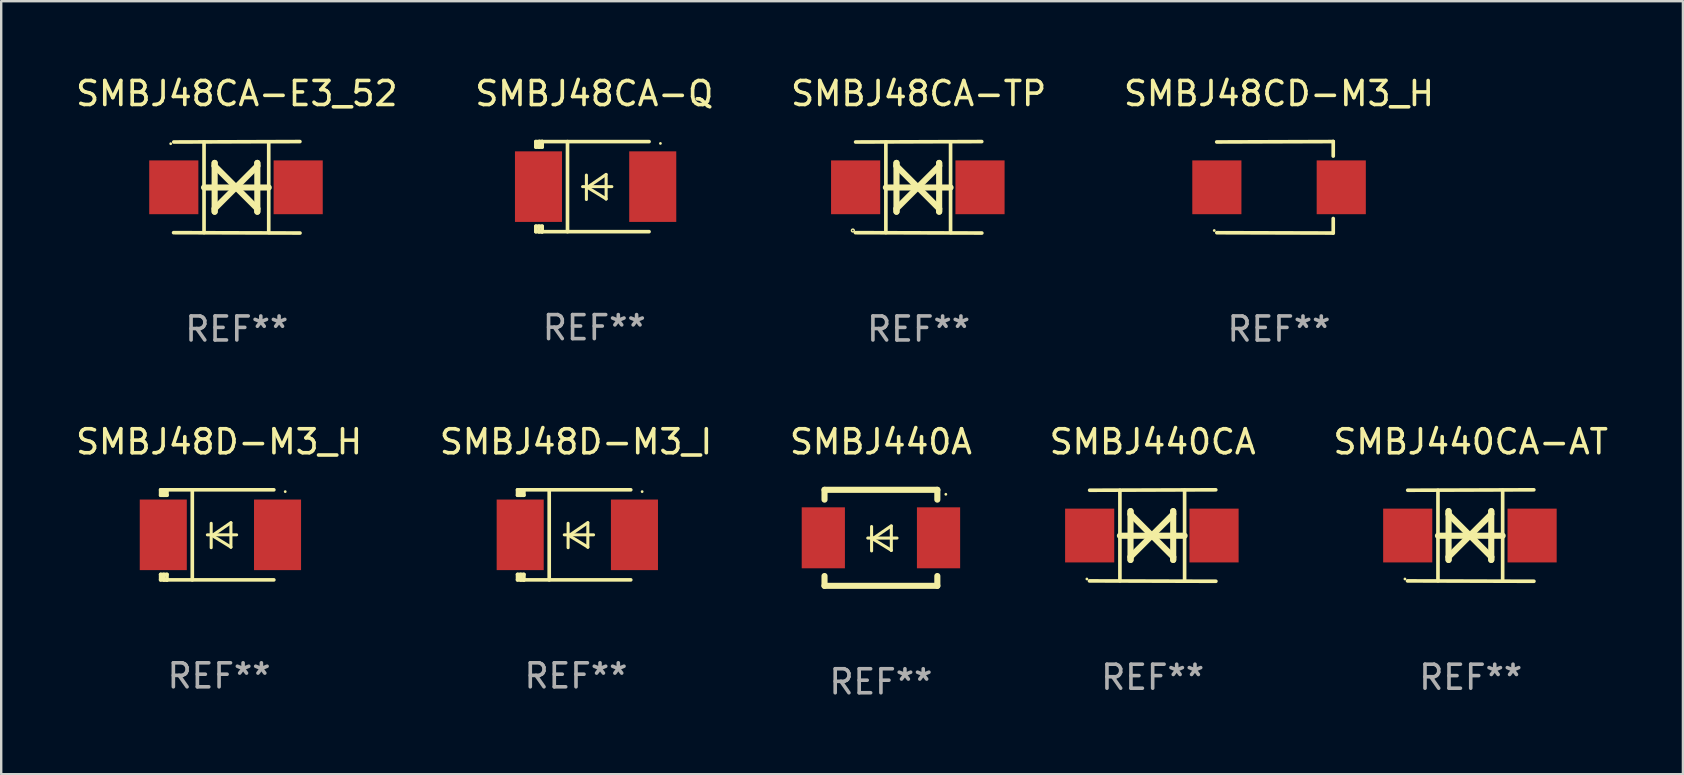
<source format=kicad_pcb>
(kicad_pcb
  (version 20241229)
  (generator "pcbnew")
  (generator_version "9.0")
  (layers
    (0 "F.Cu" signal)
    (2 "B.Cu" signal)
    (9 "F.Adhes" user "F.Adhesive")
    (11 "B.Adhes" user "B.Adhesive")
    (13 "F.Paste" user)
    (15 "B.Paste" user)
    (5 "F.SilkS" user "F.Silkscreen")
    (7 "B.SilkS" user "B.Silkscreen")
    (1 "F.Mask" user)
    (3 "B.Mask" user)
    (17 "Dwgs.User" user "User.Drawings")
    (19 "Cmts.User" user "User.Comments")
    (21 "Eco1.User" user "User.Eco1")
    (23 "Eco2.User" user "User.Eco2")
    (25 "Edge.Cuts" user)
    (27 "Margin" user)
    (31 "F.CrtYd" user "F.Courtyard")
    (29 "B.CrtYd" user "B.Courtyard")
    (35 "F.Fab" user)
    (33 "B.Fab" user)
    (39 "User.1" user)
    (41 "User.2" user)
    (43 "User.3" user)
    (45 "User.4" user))
  (footprint "SMBJ440CA-AT"
    (layer "F.Cu")
    (at 58.22 19.26)
    (property "Reference" "SMBJ440CA-AT" (at 0 -3.905 0) (layer "F.SilkS") (effects (font (size 1 1) (thickness 0.15))))
    (attr through_hole)
    (fp_line (start -1.365 1.886) (end -1.365 -1.886) (stroke (width 0.152) (type solid)) (layer "F.SilkS"))
    (fp_line (start -1.365 0.008) (end 1.33 0.008) (stroke (width 0.254) (type solid)) (layer "F.SilkS"))
    (fp_line (start -0.923 -1.016) (end -0.923 1.016) (stroke (width 0.254) (type solid)) (layer "F.SilkS"))
    (fp_line (start -0.923 -0.889) (end -0.923 -1.016) (stroke (width 0.254) (type solid)) (layer "F.SilkS"))
    (fp_line (start -0.923 0.889) (end -0.034 0) (stroke (width 0.254) (type solid)) (layer "F.SilkS"))
    (fp_line (start -0.923 1.016) (end -0.923 0.889) (stroke (width 0.254) (type solid)) (layer "F.SilkS"))
    (fp_line (start -0.034 0) (end -0.923 -0.889) (stroke (width 0.254) (type solid)) (layer "F.SilkS"))
    (fp_line (start -0.034 0) (end 0.855 0.889) (stroke (width 0.254) (type solid)) (layer "F.SilkS"))
    (fp_line (start 0.855 -1.016) (end 0.855 -0.889) (stroke (width 0.254) (type solid)) (layer "F.SilkS"))
    (fp_line (start 0.855 -0.889) (end -0.034 0) (stroke (width 0.254) (type solid)) (layer "F.SilkS"))
    (fp_line (start 0.855 0.889) (end 0.855 1.016) (stroke (width 0.254) (type solid)) (layer "F.SilkS"))
    (fp_line (start 0.855 1.016) (end 0.855 -1.016) (stroke (width 0.254) (type solid)) (layer "F.SilkS"))
    (fp_line (start 1.33 1.886) (end 1.33 -1.886) (stroke (width 0.152) (type solid)) (layer "F.SilkS"))
    (fp_line (start 2.629 -1.905) (end -2.625 -1.887) (stroke (width 0.152) (type solid)) (layer "F.SilkS"))
    (fp_line (start 2.633 1.905) (end -2.633 1.89) (stroke (width 0.152) (type solid)) (layer "F.SilkS"))
    (fp_circle (center -2.741 1.81) (end -2.711 1.81) (stroke (width 0.06) (type solid)) (fill no) (layer "F.SilkS"))
    (fp_text user "REF**" (at 0 5.905 0) (layer "F.Fab") (effects (font (size 1 1) (thickness 0.15))))
    (pad "1" smd rect (at -2.625 0) (size 2.047 2.241) (layers "F.Cu" "F.Mask" "F.Paste"))
    (pad "2" smd rect (at 2.557 0) (size 2.047 2.241) (layers "F.Cu" "F.Mask" "F.Paste")))
  (footprint "SMBJ48CA-Q"
    (layer "F.Cu")
    (at 21.708 4.725)
    (property "Reference" "SMBJ48CA-Q" (at 0 -3.876 0) (layer "F.SilkS") (effects (font (size 1 1) (thickness 0.15))))
    (attr through_hole)
    (fp_line (start -2.435 1.65) (end -2.171 1.65) (stroke (width 0.152) (type solid)) (layer "F.SilkS"))
    (fp_line (start -2.435 1.876) (end -2.435 1.65) (stroke (width 0.152) (type solid)) (layer "F.SilkS"))
    (fp_line (start -2.435 -1.876) (end -2.171 -1.876) (stroke (width 0.152) (type solid)) (layer "F.SilkS"))
    (fp_line (start -2.435 -1.65) (end -2.435 -1.876) (stroke (width 0.152) (type solid)) (layer "F.SilkS"))
    (fp_line (start -2.305 -1.866) (end -2.295 -1.876) (stroke (width 0.152) (type solid)) (layer "F.SilkS"))
    (fp_line (start -2.305 -1.65) (end -2.305 -1.866) (stroke (width 0.152) (type solid)) (layer "F.SilkS"))
    (fp_line (start -2.305 1.876) (end -2.305 1.65) (stroke (width 0.152) (type solid)) (layer "F.SilkS"))
    (fp_line (start -2.295 -1.876) (end -2.295 -1.65) (stroke (width 0.152) (type solid)) (layer "F.SilkS"))
    (fp_line (start -2.171 1.876) (end -2.435 1.876) (stroke (width 0.152) (type solid)) (layer "F.SilkS"))
    (fp_line (start -2.171 -1.65) (end -2.435 -1.65) (stroke (width 0.152) (type solid)) (layer "F.SilkS"))
    (fp_line (start -2.171 -1.876) (end -2.295 -1.876) (stroke (width 0.152) (type solid)) (layer "F.SilkS"))
    (fp_line (start -2.171 -1.65) (end -2.171 -1.876) (stroke (width 0.152) (type solid)) (layer "F.SilkS"))
    (fp_line (start -2.171 1.876) (end -2.305 1.876) (stroke (width 0.152) (type solid)) (layer "F.SilkS"))
    (fp_line (start -2.171 1.876) (end -2.171 1.65) (stroke (width 0.152) (type solid)) (layer "F.SilkS"))
    (fp_line (start -1.116 1.876) (end -1.116 -1.876) (stroke (width 0.152) (type solid)) (layer "F.SilkS"))
    (fp_line (start -0.488 0.000102) (end 0.731 0.000102) (stroke (width 0.127) (type solid)) (layer "F.SilkS"))
    (fp_line (start -0.329 -0.48) (end -0.329 0.536) (stroke (width 0.127) (type solid)) (layer "F.SilkS"))
    (fp_line (start -0.29 0.03) (end 0.493 0.51) (stroke (width 0.127) (type solid)) (layer "F.SilkS"))
    (fp_line (start 0.493 -0.51) (end -0.29 0.03) (stroke (width 0.127) (type solid)) (layer "F.SilkS"))
    (fp_line (start 0.493 0.52) (end 0.493 -0.496) (stroke (width 0.127) (type solid)) (layer "F.SilkS"))
    (fp_line (start 2.281 -1.876) (end -2.171 -1.876) (stroke (width 0.152) (type solid)) (layer "F.SilkS"))
    (fp_line (start 2.281 1.876) (end -2.171 1.876) (stroke (width 0.152) (type solid)) (layer "F.SilkS"))
    (fp_circle (center 2.755 -1.8) (end 2.785 -1.8) (stroke (width 0.06) (type solid)) (fill no) (layer "F.SilkS"))
    (fp_text user "REF**" (at 0 5.876 0) (layer "F.Fab") (effects (font (size 1 1) (thickness 0.15))))
    (pad "1" smd rect (at 2.435 -0.000025 180) (size 1.96 2.94) (layers "F.Cu" "F.Mask" "F.Paste"))
    (pad "2" smd rect (at -2.325 -0.000025 180) (size 1.96 2.94) (layers "F.Cu" "F.Mask" "F.Paste")))
  (footprint "SMBJ48CD-M3_H"
    (layer "F.Cu")
    (at 50.232 4.753)
    (property "Reference" "SMBJ48CD-M3_H" (at 0 -3.905 0) (layer "F.SilkS") (effects (font (size 1 1) (thickness 0.15))))
    (attr through_hole)
    (fp_line (start 2.256 -1.905) (end -2.594 -1.889) (stroke (width 0.152) (type solid)) (layer "F.SilkS"))
    (fp_line (start 2.256 -1.905) (end 2.26 -1.905) (stroke (width 0.152) (type solid)) (layer "F.SilkS"))
    (fp_line (start 2.26 -1.905) (end 2.26 -1.301) (stroke (width 0.152) (type solid)) (layer "F.SilkS"))
    (fp_line (start 2.26 1.301) (end 2.26 1.905) (stroke (width 0.152) (type solid)) (layer "F.SilkS"))
    (fp_line (start 2.26 1.905) (end -2.59 1.892) (stroke (width 0.152) (type solid)) (layer "F.SilkS"))
    (fp_circle (center -2.697 1.8) (end -2.667 1.8) (stroke (width 0.06) (type solid)) (fill no) (layer "F.SilkS"))
    (fp_text user "REF**" (at 0 5.905 0) (layer "F.Fab") (effects (font (size 1 1) (thickness 0.15))))
    (pad "1" smd rect (at -2.588 0) (size 2.047 2.241) (layers "F.Cu" "F.Mask" "F.Paste"))
    (pad "2" smd rect (at 2.594 0) (size 2.047 2.241) (layers "F.Cu" "F.Mask" "F.Paste")))
  (footprint "SMBJ48CA-TP"
    (layer "F.Cu")
    (at 35.22 4.753)
    (property "Reference" "SMBJ48CA-TP" (at 0 -3.905 0) (layer "F.SilkS") (effects (font (size 1 1) (thickness 0.15))))
    (attr through_hole)
    (fp_line (start -1.365 1.886) (end -1.365 -1.886) (stroke (width 0.152) (type solid)) (layer "F.SilkS"))
    (fp_line (start -1.365 0.008) (end 1.33 0.008) (stroke (width 0.254) (type solid)) (layer "F.SilkS"))
    (fp_line (start -0.923 -1.016) (end -0.923 1.016) (stroke (width 0.254) (type solid)) (layer "F.SilkS"))
    (fp_line (start -0.923 -0.889) (end -0.923 -1.016) (stroke (width 0.254) (type solid)) (layer "F.SilkS"))
    (fp_line (start -0.923 0.889) (end -0.034 0) (stroke (width 0.254) (type solid)) (layer "F.SilkS"))
    (fp_line (start -0.923 1.016) (end -0.923 0.889) (stroke (width 0.254) (type solid)) (layer "F.SilkS"))
    (fp_line (start -0.034 0) (end -0.923 -0.889) (stroke (width 0.254) (type solid)) (layer "F.SilkS"))
    (fp_line (start -0.034 0) (end 0.855 0.889) (stroke (width 0.254) (type solid)) (layer "F.SilkS"))
    (fp_line (start 0.855 -1.016) (end 0.855 -0.889) (stroke (width 0.254) (type solid)) (layer "F.SilkS"))
    (fp_line (start 0.855 -0.889) (end -0.034 0) (stroke (width 0.254) (type solid)) (layer "F.SilkS"))
    (fp_line (start 0.855 0.889) (end 0.855 1.016) (stroke (width 0.254) (type solid)) (layer "F.SilkS"))
    (fp_line (start 0.855 1.016) (end 0.855 -1.016) (stroke (width 0.254) (type solid)) (layer "F.SilkS"))
    (fp_line (start 1.33 1.886) (end 1.33 -1.886) (stroke (width 0.152) (type solid)) (layer "F.SilkS"))
    (fp_line (start 2.629 -1.905) (end -2.625 -1.887) (stroke (width 0.152) (type solid)) (layer "F.SilkS"))
    (fp_line (start 2.633 1.905) (end -2.633 1.89) (stroke (width 0.152) (type solid)) (layer "F.SilkS"))
    (fp_circle (center -2.741 1.8) (end -2.712 1.8) (stroke (width 0.06) (type solid)) (fill no) (layer "F.SilkS"))
    (fp_text user "REF**" (at 0 5.905 0) (layer "F.Fab") (effects (font (size 1 1) (thickness 0.15))))
    (pad "1" smd rect (at -2.625 0) (size 2.047 2.241) (layers "F.Cu" "F.Mask" "F.Paste"))
    (pad "2" smd rect (at 2.557 0) (size 2.047 2.241) (layers "F.Cu" "F.Mask" "F.Paste")))
  (footprint "SMBJ440A"
    (layer "F.Cu")
    (at 33.649 19.355)
    (property "Reference" "SMBJ440A" (at 0 -4 0) (layer "F.SilkS") (effects (font (size 1 1) (thickness 0.15))))
    (attr through_hole)
    (fp_line (start -2.35 -2) (end -2.35 -1.591) (stroke (width 0.254) (type solid)) (layer "F.SilkS"))
    (fp_line (start -2.35 -2) (end 2.35 -2) (stroke (width 0.254) (type solid)) (layer "F.SilkS"))
    (fp_line (start -2.35 1.591) (end -2.35 2) (stroke (width 0.254) (type solid)) (layer "F.SilkS"))
    (fp_line (start -2.35 2) (end 2.35 2) (stroke (width 0.254) (type solid)) (layer "F.SilkS"))
    (fp_line (start -0.548 0.01) (end 0.671 0.01) (stroke (width 0.127) (type solid)) (layer "F.SilkS"))
    (fp_line (start -0.389 -0.47) (end -0.389 0.546) (stroke (width 0.127) (type solid)) (layer "F.SilkS"))
    (fp_line (start -0.35 0.04) (end 0.433 0.52) (stroke (width 0.127) (type solid)) (layer "F.SilkS"))
    (fp_line (start 0.433 -0.5) (end -0.35 0.04) (stroke (width 0.127) (type solid)) (layer "F.SilkS"))
    (fp_line (start 0.433 0.53) (end 0.433 -0.486) (stroke (width 0.127) (type solid)) (layer "F.SilkS"))
    (fp_line (start 2.35 -2) (end 2.35 -1.591) (stroke (width 0.254) (type solid)) (layer "F.SilkS"))
    (fp_line (start 2.35 1.591) (end 2.35 2) (stroke (width 0.254) (type solid)) (layer "F.SilkS"))
    (fp_circle (center 2.704 -1.813) (end 2.734 -1.813) (stroke (width 0.06) (type solid)) (fill no) (layer "F.SilkS"))
    (fp_text user "REF**" (at 0 6 0) (layer "F.Fab") (effects (font (size 1 1) (thickness 0.15))))
    (pad "1" smd rect (at 2.4 0) (size 1.8 2.54) (layers "F.Cu" "F.Mask" "F.Paste"))
    (pad "2" smd rect (at -2.4 0) (size 1.8 2.54) (layers "F.Cu" "F.Mask" "F.Paste")))
  (footprint "SMBJ48D-M3_H"
    (layer "F.Cu")
    (at 6.077 19.231)
    (property "Reference" "SMBJ48D-M3_H" (at 0 -3.876 0) (layer "F.SilkS") (effects (font (size 1 1) (thickness 0.15))))
    (attr through_hole)
    (fp_line (start -2.435 1.65) (end -2.171 1.65) (stroke (width 0.152) (type solid)) (layer "F.SilkS"))
    (fp_line (start -2.435 1.876) (end -2.435 1.65) (stroke (width 0.152) (type solid)) (layer "F.SilkS"))
    (fp_line (start -2.435 -1.876) (end -2.171 -1.876) (stroke (width 0.152) (type solid)) (layer "F.SilkS"))
    (fp_line (start -2.435 -1.65) (end -2.435 -1.876) (stroke (width 0.152) (type solid)) (layer "F.SilkS"))
    (fp_line (start -2.305 -1.866) (end -2.295 -1.876) (stroke (width 0.152) (type solid)) (layer "F.SilkS"))
    (fp_line (start -2.305 -1.65) (end -2.305 -1.866) (stroke (width 0.152) (type solid)) (layer "F.SilkS"))
    (fp_line (start -2.305 1.876) (end -2.305 1.65) (stroke (width 0.152) (type solid)) (layer "F.SilkS"))
    (fp_line (start -2.295 -1.876) (end -2.295 -1.65) (stroke (width 0.152) (type solid)) (layer "F.SilkS"))
    (fp_line (start -2.171 1.876) (end -2.435 1.876) (stroke (width 0.152) (type solid)) (layer "F.SilkS"))
    (fp_line (start -2.171 -1.65) (end -2.435 -1.65) (stroke (width 0.152) (type solid)) (layer "F.SilkS"))
    (fp_line (start -2.171 -1.876) (end -2.295 -1.876) (stroke (width 0.152) (type solid)) (layer "F.SilkS"))
    (fp_line (start -2.171 -1.65) (end -2.171 -1.876) (stroke (width 0.152) (type solid)) (layer "F.SilkS"))
    (fp_line (start -2.171 1.876) (end -2.305 1.876) (stroke (width 0.152) (type solid)) (layer "F.SilkS"))
    (fp_line (start -2.171 1.876) (end -2.171 1.65) (stroke (width 0.152) (type solid)) (layer "F.SilkS"))
    (fp_line (start -1.116 1.876) (end -1.116 -1.876) (stroke (width 0.152) (type solid)) (layer "F.SilkS"))
    (fp_line (start -0.488 0.000102) (end 0.731 0.000102) (stroke (width 0.127) (type solid)) (layer "F.SilkS"))
    (fp_line (start -0.329 -0.48) (end -0.329 0.536) (stroke (width 0.127) (type solid)) (layer "F.SilkS"))
    (fp_line (start -0.29 0.03) (end 0.493 0.51) (stroke (width 0.127) (type solid)) (layer "F.SilkS"))
    (fp_line (start 0.493 -0.51) (end -0.29 0.03) (stroke (width 0.127) (type solid)) (layer "F.SilkS"))
    (fp_line (start 0.493 0.52) (end 0.493 -0.496) (stroke (width 0.127) (type solid)) (layer "F.SilkS"))
    (fp_line (start 2.281 -1.876) (end -2.171 -1.876) (stroke (width 0.152) (type solid)) (layer "F.SilkS"))
    (fp_line (start 2.281 1.876) (end -2.171 1.876) (stroke (width 0.152) (type solid)) (layer "F.SilkS"))
    (fp_circle (center 2.755 -1.8) (end 2.785 -1.8) (stroke (width 0.06) (type solid)) (fill no) (layer "F.SilkS"))
    (fp_text user "REF**" (at 0 5.876 0) (layer "F.Fab") (effects (font (size 1 1) (thickness 0.15))))
    (pad "1" smd rect (at 2.435 -0.000025 180) (size 1.96 2.94) (layers "F.Cu" "F.Mask" "F.Paste"))
    (pad "2" smd rect (at -2.325 -0.000025 180) (size 1.96 2.94) (layers "F.Cu" "F.Mask" "F.Paste")))
  (footprint "SMBJ48D-M3_I"
    (layer "F.Cu")
    (at 20.946 19.231)
    (property "Reference" "SMBJ48D-M3_I" (at 0 -3.876 0) (layer "F.SilkS") (effects (font (size 1 1) (thickness 0.15))))
    (attr through_hole)
    (fp_line (start -2.435 1.65) (end -2.171 1.65) (stroke (width 0.152) (type solid)) (layer "F.SilkS"))
    (fp_line (start -2.435 1.876) (end -2.435 1.65) (stroke (width 0.152) (type solid)) (layer "F.SilkS"))
    (fp_line (start -2.435 -1.876) (end -2.171 -1.876) (stroke (width 0.152) (type solid)) (layer "F.SilkS"))
    (fp_line (start -2.435 -1.65) (end -2.435 -1.876) (stroke (width 0.152) (type solid)) (layer "F.SilkS"))
    (fp_line (start -2.305 -1.866) (end -2.295 -1.876) (stroke (width 0.152) (type solid)) (layer "F.SilkS"))
    (fp_line (start -2.305 -1.65) (end -2.305 -1.866) (stroke (width 0.152) (type solid)) (layer "F.SilkS"))
    (fp_line (start -2.305 1.876) (end -2.305 1.65) (stroke (width 0.152) (type solid)) (layer "F.SilkS"))
    (fp_line (start -2.295 -1.876) (end -2.295 -1.65) (stroke (width 0.152) (type solid)) (layer "F.SilkS"))
    (fp_line (start -2.171 1.876) (end -2.435 1.876) (stroke (width 0.152) (type solid)) (layer "F.SilkS"))
    (fp_line (start -2.171 -1.65) (end -2.435 -1.65) (stroke (width 0.152) (type solid)) (layer "F.SilkS"))
    (fp_line (start -2.171 -1.876) (end -2.295 -1.876) (stroke (width 0.152) (type solid)) (layer "F.SilkS"))
    (fp_line (start -2.171 -1.65) (end -2.171 -1.876) (stroke (width 0.152) (type solid)) (layer "F.SilkS"))
    (fp_line (start -2.171 1.876) (end -2.305 1.876) (stroke (width 0.152) (type solid)) (layer "F.SilkS"))
    (fp_line (start -2.171 1.876) (end -2.171 1.65) (stroke (width 0.152) (type solid)) (layer "F.SilkS"))
    (fp_line (start -1.116 1.876) (end -1.116 -1.876) (stroke (width 0.152) (type solid)) (layer "F.SilkS"))
    (fp_line (start -0.488 0.000102) (end 0.731 0.000102) (stroke (width 0.127) (type solid)) (layer "F.SilkS"))
    (fp_line (start -0.329 -0.48) (end -0.329 0.536) (stroke (width 0.127) (type solid)) (layer "F.SilkS"))
    (fp_line (start -0.29 0.03) (end 0.493 0.51) (stroke (width 0.127) (type solid)) (layer "F.SilkS"))
    (fp_line (start 0.493 -0.51) (end -0.29 0.03) (stroke (width 0.127) (type solid)) (layer "F.SilkS"))
    (fp_line (start 0.493 0.52) (end 0.493 -0.496) (stroke (width 0.127) (type solid)) (layer "F.SilkS"))
    (fp_line (start 2.281 -1.876) (end -2.171 -1.876) (stroke (width 0.152) (type solid)) (layer "F.SilkS"))
    (fp_line (start 2.281 1.876) (end -2.171 1.876) (stroke (width 0.152) (type solid)) (layer "F.SilkS"))
    (fp_circle (center 2.755 -1.8) (end 2.785 -1.8) (stroke (width 0.06) (type solid)) (fill no) (layer "F.SilkS"))
    (fp_text user "REF**" (at 0 5.876 0) (layer "F.Fab") (effects (font (size 1 1) (thickness 0.15))))
    (pad "1" smd rect (at 2.435 -0.000025 180) (size 1.96 2.94) (layers "F.Cu" "F.Mask" "F.Paste"))
    (pad "2" smd rect (at -2.325 -0.000025 180) (size 1.96 2.94) (layers "F.Cu" "F.Mask" "F.Paste")))
  (footprint "SMBJ440CA"
    (layer "F.Cu")
    (at 44.97 19.26)
    (property "Reference" "SMBJ440CA" (at 0 -3.905 0) (layer "F.SilkS") (effects (font (size 1 1) (thickness 0.15))))
    (attr through_hole)
    (fp_line (start -1.365 1.886) (end -1.365 -1.886) (stroke (width 0.152) (type solid)) (layer "F.SilkS"))
    (fp_line (start -1.365 0.008) (end 1.33 0.008) (stroke (width 0.254) (type solid)) (layer "F.SilkS"))
    (fp_line (start -0.923 -1.016) (end -0.923 1.016) (stroke (width 0.254) (type solid)) (layer "F.SilkS"))
    (fp_line (start -0.923 -0.889) (end -0.923 -1.016) (stroke (width 0.254) (type solid)) (layer "F.SilkS"))
    (fp_line (start -0.923 0.889) (end -0.034 0) (stroke (width 0.254) (type solid)) (layer "F.SilkS"))
    (fp_line (start -0.923 1.016) (end -0.923 0.889) (stroke (width 0.254) (type solid)) (layer "F.SilkS"))
    (fp_line (start -0.034 0) (end -0.923 -0.889) (stroke (width 0.254) (type solid)) (layer "F.SilkS"))
    (fp_line (start -0.034 0) (end 0.855 0.889) (stroke (width 0.254) (type solid)) (layer "F.SilkS"))
    (fp_line (start 0.855 -1.016) (end 0.855 -0.889) (stroke (width 0.254) (type solid)) (layer "F.SilkS"))
    (fp_line (start 0.855 -0.889) (end -0.034 0) (stroke (width 0.254) (type solid)) (layer "F.SilkS"))
    (fp_line (start 0.855 0.889) (end 0.855 1.016) (stroke (width 0.254) (type solid)) (layer "F.SilkS"))
    (fp_line (start 0.855 1.016) (end 0.855 -1.016) (stroke (width 0.254) (type solid)) (layer "F.SilkS"))
    (fp_line (start 1.33 1.886) (end 1.33 -1.886) (stroke (width 0.152) (type solid)) (layer "F.SilkS"))
    (fp_line (start 2.629 -1.905) (end -2.625 -1.887) (stroke (width 0.152) (type solid)) (layer "F.SilkS"))
    (fp_line (start 2.633 1.905) (end -2.633 1.89) (stroke (width 0.152) (type solid)) (layer "F.SilkS"))
    (fp_circle (center -2.741 1.81) (end -2.711 1.81) (stroke (width 0.06) (type solid)) (fill no) (layer "F.SilkS"))
    (fp_text user "REF**" (at 0 5.905 0) (layer "F.Fab") (effects (font (size 1 1) (thickness 0.15))))
    (pad "1" smd rect (at -2.625 0) (size 2.047 2.241) (layers "F.Cu" "F.Mask" "F.Paste"))
    (pad "2" smd rect (at 2.557 0) (size 2.047 2.241) (layers "F.Cu" "F.Mask" "F.Paste")))
  (footprint "SMBJ48CA-E3_52"
    (layer "F.Cu")
    (at 6.815 4.753)
    (property "Reference" "SMBJ48CA-E3_52" (at 0 -3.905 0) (layer "F.SilkS") (effects (font (size 1 1) (thickness 0.15))))
    (attr through_hole)
    (fp_line (start -1.365 1.886) (end -1.365 -1.886) (stroke (width 0.152) (type solid)) (layer "F.SilkS"))
    (fp_line (start -1.365 0.008) (end 1.33 0.008) (stroke (width 0.254) (type solid)) (layer "F.SilkS"))
    (fp_line (start -0.923 -1.016) (end -0.923 1.016) (stroke (width 0.254) (type solid)) (layer "F.SilkS"))
    (fp_line (start -0.923 -0.889) (end -0.923 -1.016) (stroke (width 0.254) (type solid)) (layer "F.SilkS"))
    (fp_line (start -0.923 0.889) (end -0.034 0) (stroke (width 0.254) (type solid)) (layer "F.SilkS"))
    (fp_line (start -0.923 1.016) (end -0.923 0.889) (stroke (width 0.254) (type solid)) (layer "F.SilkS"))
    (fp_line (start -0.034 0) (end -0.923 -0.889) (stroke (width 0.254) (type solid)) (layer "F.SilkS"))
    (fp_line (start -0.034 0) (end 0.855 0.889) (stroke (width 0.254) (type solid)) (layer "F.SilkS"))
    (fp_line (start 0.855 -1.016) (end 0.855 -0.889) (stroke (width 0.254) (type solid)) (layer "F.SilkS"))
    (fp_line (start 0.855 -0.889) (end -0.034 0) (stroke (width 0.254) (type solid)) (layer "F.SilkS"))
    (fp_line (start 0.855 0.889) (end 0.855 1.016) (stroke (width 0.254) (type solid)) (layer "F.SilkS"))
    (fp_line (start 0.855 1.016) (end 0.855 -1.016) (stroke (width 0.254) (type solid)) (layer "F.SilkS"))
    (fp_line (start 1.33 1.886) (end 1.33 -1.886) (stroke (width 0.152) (type solid)) (layer "F.SilkS"))
    (fp_line (start 2.629 -1.905) (end -2.625 -1.887) (stroke (width 0.152) (type solid)) (layer "F.SilkS"))
    (fp_line (start 2.633 1.905) (end -2.633 1.89) (stroke (width 0.152) (type solid)) (layer "F.SilkS"))
    (fp_circle (center -2.753 -1.816) (end -2.723 -1.816) (stroke (width 0.06) (type solid)) (fill no) (layer "F.SilkS"))
    (fp_text user "REF**" (at 0 5.905 0) (layer "F.Fab") (effects (font (size 1 1) (thickness 0.15))))
    (pad "1" smd rect (at -2.625 0) (size 2.047 2.241) (layers "F.Cu" "F.Mask" "F.Paste"))
    (pad "2" smd rect (at 2.557 0) (size 2.047 2.241) (layers "F.Cu" "F.Mask" "F.Paste")))
  (gr_rect
    (start -3 -3)
    (end 67.06 29.203)
    (stroke (width 0.1) (type default))
    (fill no)
    (layer "Edge.Cuts")))
</source>
